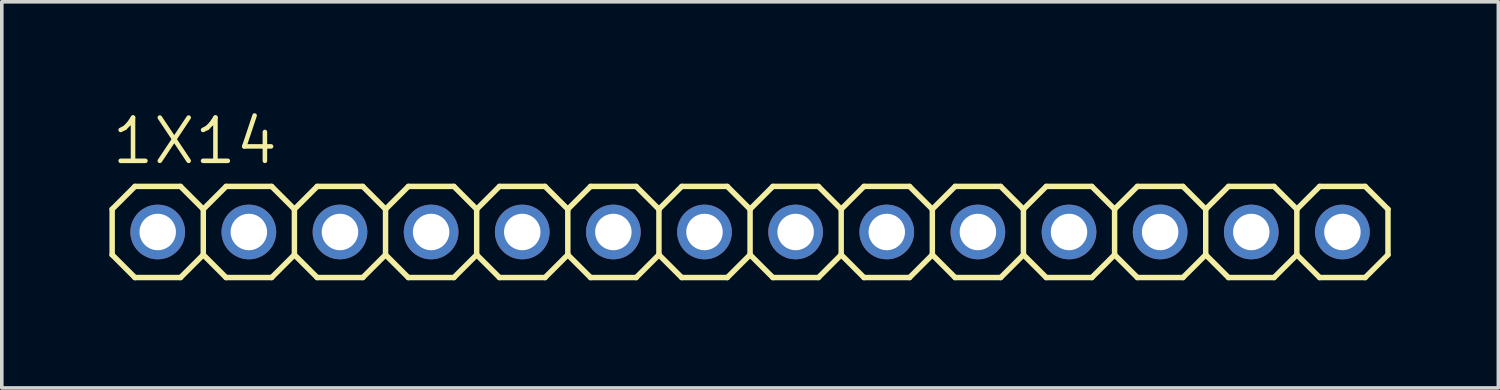
<source format=kicad_pcb>
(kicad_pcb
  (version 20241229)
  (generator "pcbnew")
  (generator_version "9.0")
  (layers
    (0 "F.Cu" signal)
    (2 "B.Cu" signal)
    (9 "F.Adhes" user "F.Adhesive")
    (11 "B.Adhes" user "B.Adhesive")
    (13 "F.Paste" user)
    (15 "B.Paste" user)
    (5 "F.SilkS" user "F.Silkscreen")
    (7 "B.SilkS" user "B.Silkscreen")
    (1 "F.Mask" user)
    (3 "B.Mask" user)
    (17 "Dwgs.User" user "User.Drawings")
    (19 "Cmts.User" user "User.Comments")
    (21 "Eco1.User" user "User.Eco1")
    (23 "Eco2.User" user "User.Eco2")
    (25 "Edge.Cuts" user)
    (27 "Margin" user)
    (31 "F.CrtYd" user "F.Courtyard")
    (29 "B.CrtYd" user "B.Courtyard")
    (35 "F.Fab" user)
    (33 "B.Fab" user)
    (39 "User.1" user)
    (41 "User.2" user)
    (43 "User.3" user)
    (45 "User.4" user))
  (footprint "1X14"
    (layer "F.Cu")
    (at 17.856 3.416)
    (property "Reference" "1X14" (at -17.856 -1.829 0) (layer "F.SilkS") (effects (font (size 1.206 1.206) (thickness 0.127)) (justify left bottom)))
    (attr through_hole)
    (fp_line (start -17.78 -0.635) (end -17.78 0.635) (stroke (width 0.152) (type solid)) (layer "F.SilkS"))
    (fp_line (start -17.78 0.635) (end -17.145 1.27) (stroke (width 0.152) (type solid)) (layer "F.SilkS"))
    (fp_line (start -17.145 -1.27) (end -17.78 -0.635) (stroke (width 0.152) (type solid)) (layer "F.SilkS"))
    (fp_line (start -17.145 -1.27) (end -15.875 -1.27) (stroke (width 0.152) (type solid)) (layer "F.SilkS"))
    (fp_line (start -15.875 -1.27) (end -15.24 -0.635) (stroke (width 0.152) (type solid)) (layer "F.SilkS"))
    (fp_line (start -15.875 1.27) (end -17.145 1.27) (stroke (width 0.152) (type solid)) (layer "F.SilkS"))
    (fp_line (start -15.24 -0.635) (end -15.24 0.635) (stroke (width 0.152) (type solid)) (layer "F.SilkS"))
    (fp_line (start -15.24 -0.635) (end -14.605 -1.27) (stroke (width 0.152) (type solid)) (layer "F.SilkS"))
    (fp_line (start -15.24 0.635) (end -15.875 1.27) (stroke (width 0.152) (type solid)) (layer "F.SilkS"))
    (fp_line (start -14.605 -1.27) (end -13.335 -1.27) (stroke (width 0.152) (type solid)) (layer "F.SilkS"))
    (fp_line (start -14.605 1.27) (end -15.24 0.635) (stroke (width 0.152) (type solid)) (layer "F.SilkS"))
    (fp_line (start -13.335 -1.27) (end -12.7 -0.635) (stroke (width 0.152) (type solid)) (layer "F.SilkS"))
    (fp_line (start -13.335 1.27) (end -14.605 1.27) (stroke (width 0.152) (type solid)) (layer "F.SilkS"))
    (fp_line (start -12.7 -0.635) (end -12.7 0.635) (stroke (width 0.152) (type solid)) (layer "F.SilkS"))
    (fp_line (start -12.7 -0.635) (end -12.065 -1.27) (stroke (width 0.152) (type solid)) (layer "F.SilkS"))
    (fp_line (start -12.7 0.635) (end -13.335 1.27) (stroke (width 0.152) (type solid)) (layer "F.SilkS"))
    (fp_line (start -12.065 -1.27) (end -10.795 -1.27) (stroke (width 0.152) (type solid)) (layer "F.SilkS"))
    (fp_line (start -12.065 1.27) (end -12.7 0.635) (stroke (width 0.152) (type solid)) (layer "F.SilkS"))
    (fp_line (start -10.795 -1.27) (end -10.16 -0.635) (stroke (width 0.152) (type solid)) (layer "F.SilkS"))
    (fp_line (start -10.795 1.27) (end -12.065 1.27) (stroke (width 0.152) (type solid)) (layer "F.SilkS"))
    (fp_line (start -10.16 -0.635) (end -10.16 0.635) (stroke (width 0.152) (type solid)) (layer "F.SilkS"))
    (fp_line (start -10.16 0.635) (end -10.795 1.27) (stroke (width 0.152) (type solid)) (layer "F.SilkS"))
    (fp_line (start -10.16 0.635) (end -9.525 1.27) (stroke (width 0.152) (type solid)) (layer "F.SilkS"))
    (fp_line (start -9.525 -1.27) (end -10.16 -0.635) (stroke (width 0.152) (type solid)) (layer "F.SilkS"))
    (fp_line (start -9.525 -1.27) (end -8.255 -1.27) (stroke (width 0.152) (type solid)) (layer "F.SilkS"))
    (fp_line (start -8.255 -1.27) (end -7.62 -0.635) (stroke (width 0.152) (type solid)) (layer "F.SilkS"))
    (fp_line (start -8.255 1.27) (end -9.525 1.27) (stroke (width 0.152) (type solid)) (layer "F.SilkS"))
    (fp_line (start -7.62 -0.635) (end -7.62 0.635) (stroke (width 0.152) (type solid)) (layer "F.SilkS"))
    (fp_line (start -7.62 -0.635) (end -6.985 -1.27) (stroke (width 0.152) (type solid)) (layer "F.SilkS"))
    (fp_line (start -7.62 0.635) (end -8.255 1.27) (stroke (width 0.152) (type solid)) (layer "F.SilkS"))
    (fp_line (start -6.985 -1.27) (end -5.715 -1.27) (stroke (width 0.152) (type solid)) (layer "F.SilkS"))
    (fp_line (start -6.985 1.27) (end -7.62 0.635) (stroke (width 0.152) (type solid)) (layer "F.SilkS"))
    (fp_line (start -5.715 -1.27) (end -5.08 -0.635) (stroke (width 0.152) (type solid)) (layer "F.SilkS"))
    (fp_line (start -5.715 1.27) (end -6.985 1.27) (stroke (width 0.152) (type solid)) (layer "F.SilkS"))
    (fp_line (start -5.08 -0.635) (end -5.08 0.635) (stroke (width 0.152) (type solid)) (layer "F.SilkS"))
    (fp_line (start -5.08 -0.635) (end -4.445 -1.27) (stroke (width 0.152) (type solid)) (layer "F.SilkS"))
    (fp_line (start -5.08 0.635) (end -5.715 1.27) (stroke (width 0.152) (type solid)) (layer "F.SilkS"))
    (fp_line (start -4.445 -1.27) (end -3.175 -1.27) (stroke (width 0.152) (type solid)) (layer "F.SilkS"))
    (fp_line (start -4.445 1.27) (end -5.08 0.635) (stroke (width 0.152) (type solid)) (layer "F.SilkS"))
    (fp_line (start -3.175 -1.27) (end -2.54 -0.635) (stroke (width 0.152) (type solid)) (layer "F.SilkS"))
    (fp_line (start -3.175 1.27) (end -4.445 1.27) (stroke (width 0.152) (type solid)) (layer "F.SilkS"))
    (fp_line (start -2.54 -0.635) (end -2.54 0.635) (stroke (width 0.152) (type solid)) (layer "F.SilkS"))
    (fp_line (start -2.54 0.635) (end -3.175 1.27) (stroke (width 0.152) (type solid)) (layer "F.SilkS"))
    (fp_line (start -2.54 0.635) (end -1.905 1.27) (stroke (width 0.152) (type solid)) (layer "F.SilkS"))
    (fp_line (start -1.905 -1.27) (end -2.54 -0.635) (stroke (width 0.152) (type solid)) (layer "F.SilkS"))
    (fp_line (start -1.905 -1.27) (end -0.635 -1.27) (stroke (width 0.152) (type solid)) (layer "F.SilkS"))
    (fp_line (start -0.635 -1.27) (end 0 -0.635) (stroke (width 0.152) (type solid)) (layer "F.SilkS"))
    (fp_line (start -0.635 1.27) (end -1.905 1.27) (stroke (width 0.152) (type solid)) (layer "F.SilkS"))
    (fp_line (start 0 -0.635) (end 0 0.635) (stroke (width 0.152) (type solid)) (layer "F.SilkS"))
    (fp_line (start 0 -0.635) (end 0.635 -1.27) (stroke (width 0.152) (type solid)) (layer "F.SilkS"))
    (fp_line (start 0 0.635) (end -0.635 1.27) (stroke (width 0.152) (type solid)) (layer "F.SilkS"))
    (fp_line (start 0.635 -1.27) (end 1.905 -1.27) (stroke (width 0.152) (type solid)) (layer "F.SilkS"))
    (fp_line (start 0.635 1.27) (end 0 0.635) (stroke (width 0.152) (type solid)) (layer "F.SilkS"))
    (fp_line (start 1.905 -1.27) (end 2.54 -0.635) (stroke (width 0.152) (type solid)) (layer "F.SilkS"))
    (fp_line (start 1.905 1.27) (end 0.635 1.27) (stroke (width 0.152) (type solid)) (layer "F.SilkS"))
    (fp_line (start 2.54 -0.635) (end 2.54 0.635) (stroke (width 0.152) (type solid)) (layer "F.SilkS"))
    (fp_line (start 2.54 -0.635) (end 3.175 -1.27) (stroke (width 0.152) (type solid)) (layer "F.SilkS"))
    (fp_line (start 2.54 0.635) (end 1.905 1.27) (stroke (width 0.152) (type solid)) (layer "F.SilkS"))
    (fp_line (start 3.175 -1.27) (end 4.445 -1.27) (stroke (width 0.152) (type solid)) (layer "F.SilkS"))
    (fp_line (start 3.175 1.27) (end 2.54 0.635) (stroke (width 0.152) (type solid)) (layer "F.SilkS"))
    (fp_line (start 4.445 -1.27) (end 5.08 -0.635) (stroke (width 0.152) (type solid)) (layer "F.SilkS"))
    (fp_line (start 4.445 1.27) (end 3.175 1.27) (stroke (width 0.152) (type solid)) (layer "F.SilkS"))
    (fp_line (start 5.08 -0.635) (end 5.08 0.635) (stroke (width 0.152) (type solid)) (layer "F.SilkS"))
    (fp_line (start 5.08 0.635) (end 4.445 1.27) (stroke (width 0.152) (type solid)) (layer "F.SilkS"))
    (fp_line (start 5.08 0.635) (end 5.715 1.27) (stroke (width 0.152) (type solid)) (layer "F.SilkS"))
    (fp_line (start 5.715 -1.27) (end 5.08 -0.635) (stroke (width 0.152) (type solid)) (layer "F.SilkS"))
    (fp_line (start 5.715 -1.27) (end 6.985 -1.27) (stroke (width 0.152) (type solid)) (layer "F.SilkS"))
    (fp_line (start 6.985 -1.27) (end 7.62 -0.635) (stroke (width 0.152) (type solid)) (layer "F.SilkS"))
    (fp_line (start 6.985 1.27) (end 5.715 1.27) (stroke (width 0.152) (type solid)) (layer "F.SilkS"))
    (fp_line (start 7.62 -0.635) (end 7.62 0.635) (stroke (width 0.152) (type solid)) (layer "F.SilkS"))
    (fp_line (start 7.62 -0.635) (end 8.255 -1.27) (stroke (width 0.152) (type solid)) (layer "F.SilkS"))
    (fp_line (start 7.62 0.635) (end 6.985 1.27) (stroke (width 0.152) (type solid)) (layer "F.SilkS"))
    (fp_line (start 8.255 -1.27) (end 9.525 -1.27) (stroke (width 0.152) (type solid)) (layer "F.SilkS"))
    (fp_line (start 8.255 1.27) (end 7.62 0.635) (stroke (width 0.152) (type solid)) (layer "F.SilkS"))
    (fp_line (start 9.525 -1.27) (end 10.16 -0.635) (stroke (width 0.152) (type solid)) (layer "F.SilkS"))
    (fp_line (start 9.525 1.27) (end 8.255 1.27) (stroke (width 0.152) (type solid)) (layer "F.SilkS"))
    (fp_line (start 10.16 -0.635) (end 10.16 0.635) (stroke (width 0.152) (type solid)) (layer "F.SilkS"))
    (fp_line (start 10.16 -0.635) (end 10.795 -1.27) (stroke (width 0.152) (type solid)) (layer "F.SilkS"))
    (fp_line (start 10.16 0.635) (end 9.525 1.27) (stroke (width 0.152) (type solid)) (layer "F.SilkS"))
    (fp_line (start 10.795 -1.27) (end 12.065 -1.27) (stroke (width 0.152) (type solid)) (layer "F.SilkS"))
    (fp_line (start 10.795 1.27) (end 10.16 0.635) (stroke (width 0.152) (type solid)) (layer "F.SilkS"))
    (fp_line (start 12.065 -1.27) (end 12.7 -0.635) (stroke (width 0.152) (type solid)) (layer "F.SilkS"))
    (fp_line (start 12.065 1.27) (end 10.795 1.27) (stroke (width 0.152) (type solid)) (layer "F.SilkS"))
    (fp_line (start 12.7 -0.635) (end 12.7 0.635) (stroke (width 0.152) (type solid)) (layer "F.SilkS"))
    (fp_line (start 12.7 0.635) (end 12.065 1.27) (stroke (width 0.152) (type solid)) (layer "F.SilkS"))
    (fp_line (start 12.7 0.635) (end 13.335 1.27) (stroke (width 0.152) (type solid)) (layer "F.SilkS"))
    (fp_line (start 13.335 -1.27) (end 12.7 -0.635) (stroke (width 0.152) (type solid)) (layer "F.SilkS"))
    (fp_line (start 13.335 -1.27) (end 14.605 -1.27) (stroke (width 0.152) (type solid)) (layer "F.SilkS"))
    (fp_line (start 14.605 -1.27) (end 15.24 -0.635) (stroke (width 0.152) (type solid)) (layer "F.SilkS"))
    (fp_line (start 14.605 1.27) (end 13.335 1.27) (stroke (width 0.152) (type solid)) (layer "F.SilkS"))
    (fp_line (start 15.24 -0.635) (end 15.24 0.635) (stroke (width 0.152) (type solid)) (layer "F.SilkS"))
    (fp_line (start 15.24 -0.635) (end 15.875 -1.27) (stroke (width 0.152) (type solid)) (layer "F.SilkS"))
    (fp_line (start 15.24 0.635) (end 14.605 1.27) (stroke (width 0.152) (type solid)) (layer "F.SilkS"))
    (fp_line (start 15.875 -1.27) (end 17.145 -1.27) (stroke (width 0.152) (type solid)) (layer "F.SilkS"))
    (fp_line (start 15.875 1.27) (end 15.24 0.635) (stroke (width 0.152) (type solid)) (layer "F.SilkS"))
    (fp_line (start 17.145 -1.27) (end 17.78 -0.635) (stroke (width 0.152) (type solid)) (layer "F.SilkS"))
    (fp_line (start 17.145 1.27) (end 15.875 1.27) (stroke (width 0.152) (type solid)) (layer "F.SilkS"))
    (fp_line (start 17.78 -0.635) (end 17.78 0.635) (stroke (width 0.152) (type solid)) (layer "F.SilkS"))
    (fp_line (start 17.78 0.635) (end 17.145 1.27) (stroke (width 0.152) (type solid)) (layer "F.SilkS"))
    (fp_poly (pts (xy -16.764 0.254) (xy -16.256 0.254) (xy -16.256 -0.254) (xy -16.764 -0.254)) (stroke (width 0.1) (type solid)) (fill no) (layer "F.Fab"))
    (fp_poly (pts (xy -14.224 0.254) (xy -13.716 0.254) (xy -13.716 -0.254) (xy -14.224 -0.254)) (stroke (width 0.1) (type solid)) (fill no) (layer "F.Fab"))
    (fp_poly (pts (xy -11.684 0.254) (xy -11.176 0.254) (xy -11.176 -0.254) (xy -11.684 -0.254)) (stroke (width 0.1) (type solid)) (fill no) (layer "F.Fab"))
    (fp_poly (pts (xy -9.144 0.254) (xy -8.636 0.254) (xy -8.636 -0.254) (xy -9.144 -0.254)) (stroke (width 0.1) (type solid)) (fill no) (layer "F.Fab"))
    (fp_poly (pts (xy -6.604 0.254) (xy -6.096 0.254) (xy -6.096 -0.254) (xy -6.604 -0.254)) (stroke (width 0.1) (type solid)) (fill no) (layer "F.Fab"))
    (fp_poly (pts (xy -4.064 0.254) (xy -3.556 0.254) (xy -3.556 -0.254) (xy -4.064 -0.254)) (stroke (width 0.1) (type solid)) (fill no) (layer "F.Fab"))
    (fp_poly (pts (xy -1.524 0.254) (xy -1.016 0.254) (xy -1.016 -0.254) (xy -1.524 -0.254)) (stroke (width 0.1) (type solid)) (fill no) (layer "F.Fab"))
    (fp_poly (pts (xy 1.016 0.254) (xy 1.524 0.254) (xy 1.524 -0.254) (xy 1.016 -0.254)) (stroke (width 0.1) (type solid)) (fill no) (layer "F.Fab"))
    (fp_poly (pts (xy 3.556 0.254) (xy 4.064 0.254) (xy 4.064 -0.254) (xy 3.556 -0.254)) (stroke (width 0.1) (type solid)) (fill no) (layer "F.Fab"))
    (fp_poly (pts (xy 6.096 0.254) (xy 6.604 0.254) (xy 6.604 -0.254) (xy 6.096 -0.254)) (stroke (width 0.1) (type solid)) (fill no) (layer "F.Fab"))
    (fp_poly (pts (xy 8.636 0.254) (xy 9.144 0.254) (xy 9.144 -0.254) (xy 8.636 -0.254)) (stroke (width 0.1) (type solid)) (fill no) (layer "F.Fab"))
    (fp_poly (pts (xy 11.176 0.254) (xy 11.684 0.254) (xy 11.684 -0.254) (xy 11.176 -0.254)) (stroke (width 0.1) (type solid)) (fill no) (layer "F.Fab"))
    (fp_poly (pts (xy 13.716 0.254) (xy 14.224 0.254) (xy 14.224 -0.254) (xy 13.716 -0.254)) (stroke (width 0.1) (type solid)) (fill no) (layer "F.Fab"))
    (fp_poly (pts (xy 16.256 0.254) (xy 16.764 0.254) (xy 16.764 -0.254) (xy 16.256 -0.254)) (stroke (width 0.1) (type solid)) (fill no) (layer "F.Fab"))
    (pad "1" thru_hole circle (at -16.51 0 90) (size 1.524 1.524) (drill 1.016) (layers "*.Cu" "*.Mask"))
    (pad "2" thru_hole circle (at -13.97 0 90) (size 1.524 1.524) (drill 1.016) (layers "*.Cu" "*.Mask"))
    (pad "3" thru_hole circle (at -11.43 0 90) (size 1.524 1.524) (drill 1.016) (layers "*.Cu" "*.Mask"))
    (pad "4" thru_hole circle (at -8.89 0 90) (size 1.524 1.524) (drill 1.016) (layers "*.Cu" "*.Mask"))
    (pad "5" thru_hole circle (at -6.35 0 90) (size 1.524 1.524) (drill 1.016) (layers "*.Cu" "*.Mask"))
    (pad "6" thru_hole circle (at -3.81 0 90) (size 1.524 1.524) (drill 1.016) (layers "*.Cu" "*.Mask"))
    (pad "7" thru_hole circle (at -1.27 0 90) (size 1.524 1.524) (drill 1.016) (layers "*.Cu" "*.Mask"))
    (pad "8" thru_hole circle (at 1.27 0 90) (size 1.524 1.524) (drill 1.016) (layers "*.Cu" "*.Mask"))
    (pad "9" thru_hole circle (at 3.81 0 90) (size 1.524 1.524) (drill 1.016) (layers "*.Cu" "*.Mask"))
    (pad "10" thru_hole circle (at 6.35 0 90) (size 1.524 1.524) (drill 1.016) (layers "*.Cu" "*.Mask"))
    (pad "11" thru_hole circle (at 8.89 0 90) (size 1.524 1.524) (drill 1.016) (layers "*.Cu" "*.Mask"))
    (pad "12" thru_hole circle (at 11.43 0 90) (size 1.524 1.524) (drill 1.016) (layers "*.Cu" "*.Mask"))
    (pad "13" thru_hole circle (at 13.97 0 90) (size 1.524 1.524) (drill 1.016) (layers "*.Cu" "*.Mask"))
    (pad "14" thru_hole circle (at 16.51 0 90) (size 1.524 1.524) (drill 1.016) (layers "*.Cu" "*.Mask")))
  (gr_rect
    (start -3 -3)
    (end 38.712 7.763)
    (stroke (width 0.1) (type default))
    (fill no)
    (layer "Edge.Cuts")))
</source>
